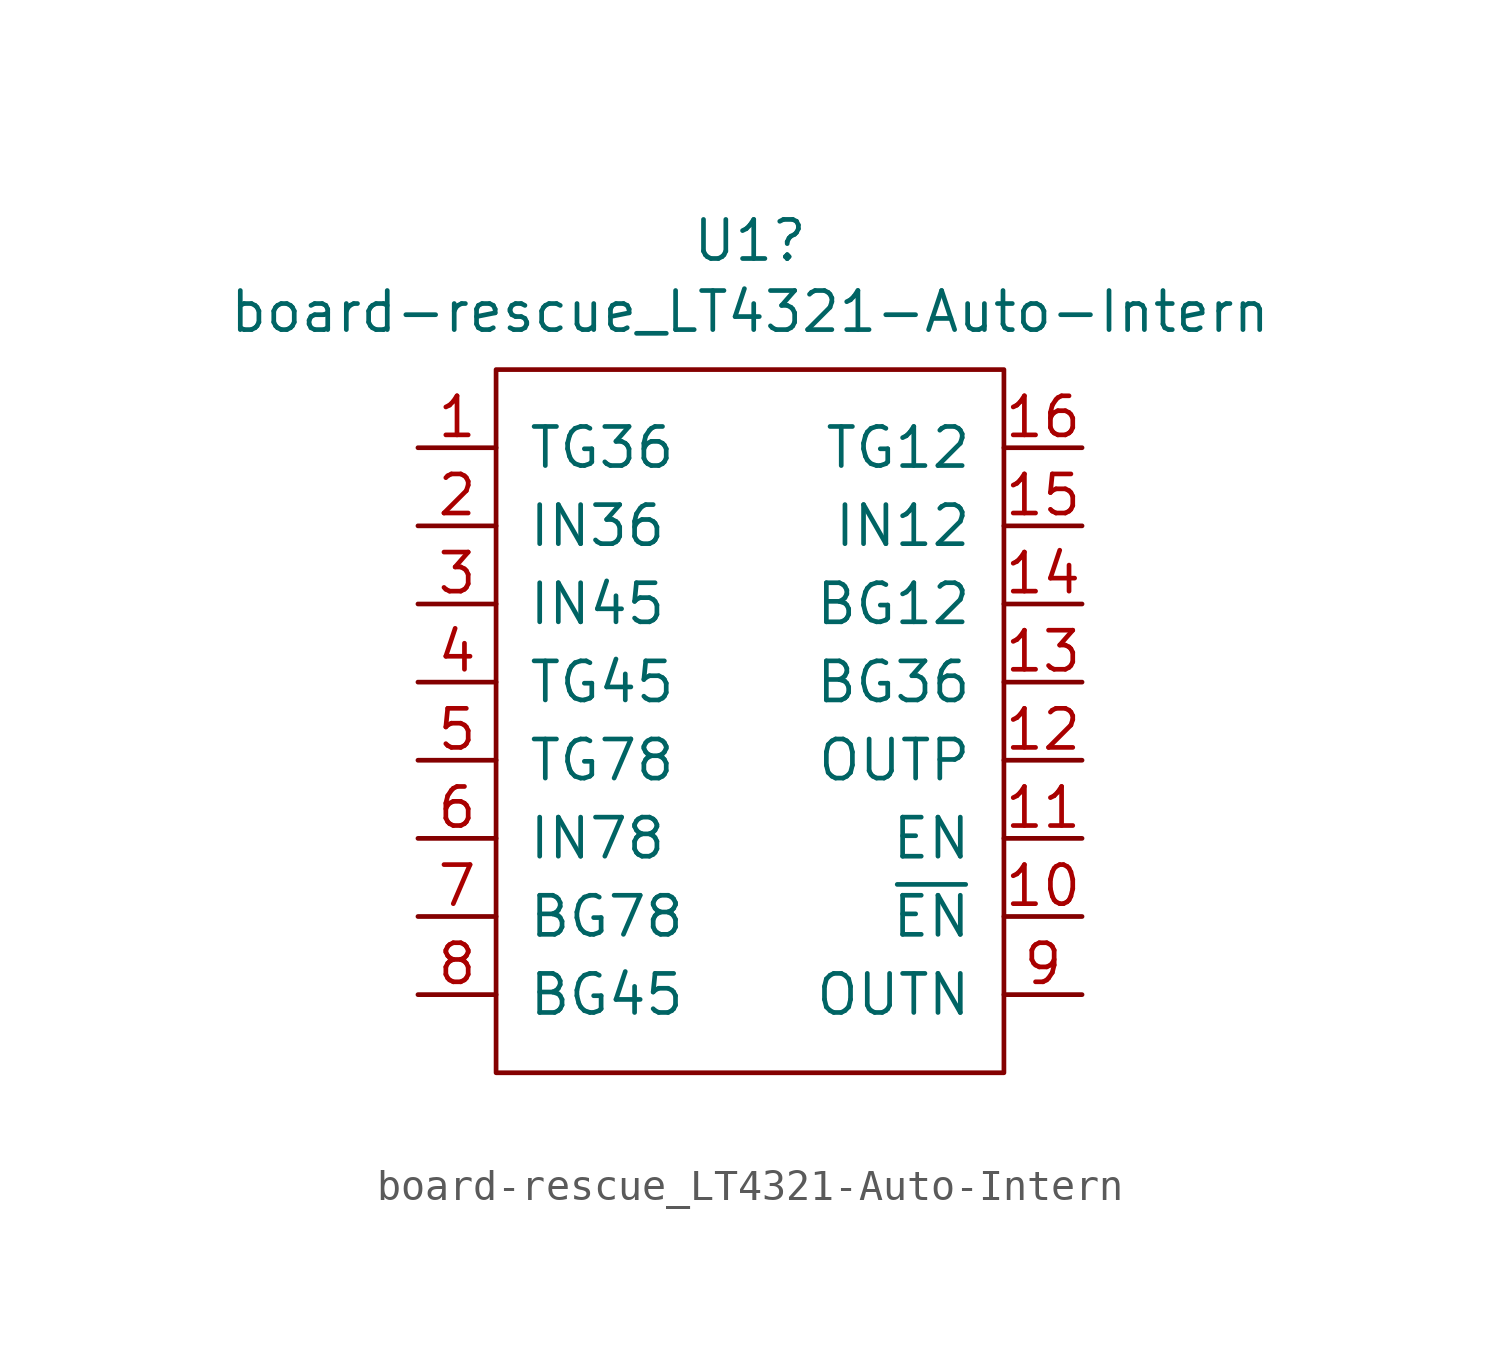
<source format=kicad_sym>
(kicad_symbol_lib
  (version 20211014)
  (generator kicad_symbol_editor)
  (symbol "board-rescue_LT4321-Auto-Intern"
    (pin_names
      (offset 1.016))
    (property "Reference" "U1"
      (at -0.635 15.621 0)
      (effects (font (size 1.27 1.27))))
    (property "Value" "board-rescue_LT4321-Auto-Intern"
      (at -0.635 13.31 0)
      (effects (font (size 1.27 1.27))))
    (symbol "board-rescue_LT4321-Auto-Intern_0_1"
      (rectangle (start -8.89 11.43) (end 7.62 -11.43) (stroke (width 0) (type default) (color 0 0 0 0)) (fill (type none))))
    (symbol "board-rescue_LT4321-Auto-Intern_1_1"
      (pin output line (at -11.43 8.89 0) (length 2.54) (name "TG36" (effects (font (size 1.27 1.27)))) (number "1" (effects (font (size 1.27 1.27)))))
      (pin input line (at 10.16 -6.35 180) (length 2.54) (name "~{EN}" (effects (font (size 1.27 1.27)))) (number "10" (effects (font (size 1.27 1.27)))))
      (pin input line (at 10.16 -3.81 180) (length 2.54) (name "EN" (effects (font (size 1.27 1.27)))) (number "11" (effects (font (size 1.27 1.27)))))
      (pin unspecified line (at 10.16 -1.27 180) (length 2.54) (name "OUTP" (effects (font (size 1.27 1.27)))) (number "12" (effects (font (size 1.27 1.27)))))
      (pin output line (at 10.16 1.27 180) (length 2.54) (name "BG36" (effects (font (size 1.27 1.27)))) (number "13" (effects (font (size 1.27 1.27)))))
      (pin output line (at 10.16 3.81 180) (length 2.54) (name "BG12" (effects (font (size 1.27 1.27)))) (number "14" (effects (font (size 1.27 1.27)))))
      (pin input line (at 10.16 6.35 180) (length 2.54) (name "IN12" (effects (font (size 1.27 1.27)))) (number "15" (effects (font (size 1.27 1.27)))))
      (pin output line (at 10.16 8.89 180) (length 2.54) (name "TG12" (effects (font (size 1.27 1.27)))) (number "16" (effects (font (size 1.27 1.27)))))
      (pin unspecified line (at 10.16 -8.89 180) (length 2.54) hide (name "EP" (effects (font (size 1.27 1.27)))) (number "17" (effects (font (size 1.27 1.27)))))
      (pin input line (at -11.43 6.35 0) (length 2.54) (name "IN36" (effects (font (size 1.27 1.27)))) (number "2" (effects (font (size 1.27 1.27)))))
      (pin input line (at -11.43 3.81 0) (length 2.54) (name "IN45" (effects (font (size 1.27 1.27)))) (number "3" (effects (font (size 1.27 1.27)))))
      (pin output line (at -11.43 1.27 0) (length 2.54) (name "TG45" (effects (font (size 1.27 1.27)))) (number "4" (effects (font (size 1.27 1.27)))))
      (pin output line (at -11.43 -1.27 0) (length 2.54) (name "TG78" (effects (font (size 1.27 1.27)))) (number "5" (effects (font (size 1.27 1.27)))))
      (pin input line (at -11.43 -3.81 0) (length 2.54) (name "IN78" (effects (font (size 1.27 1.27)))) (number "6" (effects (font (size 1.27 1.27)))))
      (pin output line (at -11.43 -6.35 0) (length 2.54) (name "BG78" (effects (font (size 1.27 1.27)))) (number "7" (effects (font (size 1.27 1.27)))))
      (pin output line (at -11.43 -8.89 0) (length 2.54) (name "BG45" (effects (font (size 1.27 1.27)))) (number "8" (effects (font (size 1.27 1.27)))))
      (pin unspecified line (at 10.16 -8.89 180) (length 2.54) (name "OUTN" (effects (font (size 1.27 1.27)))) (number "9" (effects (font (size 1.27 1.27))))))))
</source>
